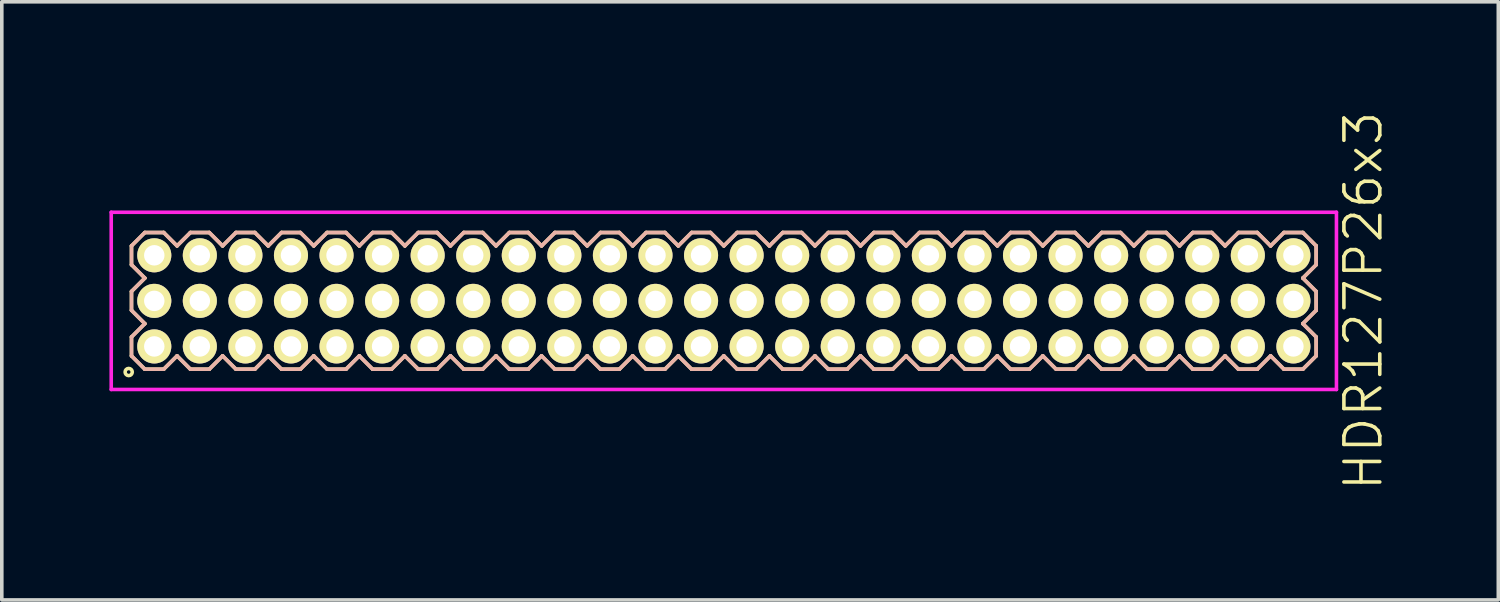
<source format=kicad_pcb>
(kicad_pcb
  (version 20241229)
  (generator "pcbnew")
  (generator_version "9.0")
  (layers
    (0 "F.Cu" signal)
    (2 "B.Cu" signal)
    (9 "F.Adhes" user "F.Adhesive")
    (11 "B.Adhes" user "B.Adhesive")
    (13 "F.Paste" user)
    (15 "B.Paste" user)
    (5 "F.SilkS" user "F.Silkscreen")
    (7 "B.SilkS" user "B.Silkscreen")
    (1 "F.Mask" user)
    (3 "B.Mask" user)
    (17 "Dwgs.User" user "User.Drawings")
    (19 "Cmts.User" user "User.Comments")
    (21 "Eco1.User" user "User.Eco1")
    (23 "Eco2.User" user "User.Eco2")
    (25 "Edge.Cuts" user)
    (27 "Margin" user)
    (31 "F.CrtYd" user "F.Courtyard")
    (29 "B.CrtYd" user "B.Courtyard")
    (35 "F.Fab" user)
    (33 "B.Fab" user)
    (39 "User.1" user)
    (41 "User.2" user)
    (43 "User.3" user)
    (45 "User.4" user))
  (footprint "HDR127P26x3"
    (layer "F.Cu")
    (at 17.125 5.336)
    (property "Reference" "HDR127P26x3" (at 17.825 0 90) (layer "F.SilkS") (effects (font (size 1 1) (thickness 0.1))))
    (attr through_hole)
    (fp_line (start -16.51 -1.533) (end -16.138 -1.905) (stroke (width 0.1) (type solid)) (layer "F.SilkS"))
    (fp_line (start -16.51 -1.007) (end -16.51 -1.533) (stroke (width 0.1) (type solid)) (layer "F.SilkS"))
    (fp_line (start -16.51 -0.263) (end -16.138 -0.635) (stroke (width 0.1) (type solid)) (layer "F.SilkS"))
    (fp_line (start -16.51 0.263) (end -16.51 -0.263) (stroke (width 0.1) (type solid)) (layer "F.SilkS"))
    (fp_line (start -16.51 1.007) (end -16.138 0.635) (stroke (width 0.1) (type solid)) (layer "F.SilkS"))
    (fp_line (start -16.51 1.533) (end -16.51 1.007) (stroke (width 0.1) (type solid)) (layer "F.SilkS"))
    (fp_line (start -16.138 -1.905) (end -15.612 -1.905) (stroke (width 0.1) (type solid)) (layer "F.SilkS"))
    (fp_line (start -16.138 -0.635) (end -16.51 -1.007) (stroke (width 0.1) (type solid)) (layer "F.SilkS"))
    (fp_line (start -16.138 0.635) (end -16.51 0.263) (stroke (width 0.1) (type solid)) (layer "F.SilkS"))
    (fp_line (start -16.138 1.905) (end -16.51 1.533) (stroke (width 0.1) (type solid)) (layer "F.SilkS"))
    (fp_line (start -15.612 -1.905) (end -15.24 -1.533) (stroke (width 0.1) (type solid)) (layer "F.SilkS"))
    (fp_line (start -15.612 1.905) (end -16.138 1.905) (stroke (width 0.1) (type solid)) (layer "F.SilkS"))
    (fp_line (start -15.24 -1.533) (end -14.868 -1.905) (stroke (width 0.1) (type solid)) (layer "F.SilkS"))
    (fp_line (start -15.24 1.533) (end -15.612 1.905) (stroke (width 0.1) (type solid)) (layer "F.SilkS"))
    (fp_line (start -14.868 -1.905) (end -14.342 -1.905) (stroke (width 0.1) (type solid)) (layer "F.SilkS"))
    (fp_line (start -14.868 1.905) (end -15.24 1.533) (stroke (width 0.1) (type solid)) (layer "F.SilkS"))
    (fp_line (start -14.342 -1.905) (end -13.97 -1.533) (stroke (width 0.1) (type solid)) (layer "F.SilkS"))
    (fp_line (start -14.342 1.905) (end -14.868 1.905) (stroke (width 0.1) (type solid)) (layer "F.SilkS"))
    (fp_line (start -13.97 -1.533) (end -13.598 -1.905) (stroke (width 0.1) (type solid)) (layer "F.SilkS"))
    (fp_line (start -13.97 1.533) (end -14.342 1.905) (stroke (width 0.1) (type solid)) (layer "F.SilkS"))
    (fp_line (start -13.598 -1.905) (end -13.072 -1.905) (stroke (width 0.1) (type solid)) (layer "F.SilkS"))
    (fp_line (start -13.598 1.905) (end -13.97 1.533) (stroke (width 0.1) (type solid)) (layer "F.SilkS"))
    (fp_line (start -13.072 -1.905) (end -12.7 -1.533) (stroke (width 0.1) (type solid)) (layer "F.SilkS"))
    (fp_line (start -13.072 1.905) (end -13.598 1.905) (stroke (width 0.1) (type solid)) (layer "F.SilkS"))
    (fp_line (start -12.7 -1.533) (end -12.328 -1.905) (stroke (width 0.1) (type solid)) (layer "F.SilkS"))
    (fp_line (start -12.7 1.533) (end -13.072 1.905) (stroke (width 0.1) (type solid)) (layer "F.SilkS"))
    (fp_line (start -12.328 -1.905) (end -11.802 -1.905) (stroke (width 0.1) (type solid)) (layer "F.SilkS"))
    (fp_line (start -12.328 1.905) (end -12.7 1.533) (stroke (width 0.1) (type solid)) (layer "F.SilkS"))
    (fp_line (start -11.802 -1.905) (end -11.43 -1.533) (stroke (width 0.1) (type solid)) (layer "F.SilkS"))
    (fp_line (start -11.802 1.905) (end -12.328 1.905) (stroke (width 0.1) (type solid)) (layer "F.SilkS"))
    (fp_line (start -11.43 -1.533) (end -11.058 -1.905) (stroke (width 0.1) (type solid)) (layer "F.SilkS"))
    (fp_line (start -11.43 1.533) (end -11.802 1.905) (stroke (width 0.1) (type solid)) (layer "F.SilkS"))
    (fp_line (start -11.058 -1.905) (end -10.532 -1.905) (stroke (width 0.1) (type solid)) (layer "F.SilkS"))
    (fp_line (start -11.058 1.905) (end -11.43 1.533) (stroke (width 0.1) (type solid)) (layer "F.SilkS"))
    (fp_line (start -10.532 -1.905) (end -10.16 -1.533) (stroke (width 0.1) (type solid)) (layer "F.SilkS"))
    (fp_line (start -10.532 1.905) (end -11.058 1.905) (stroke (width 0.1) (type solid)) (layer "F.SilkS"))
    (fp_line (start -10.16 -1.533) (end -9.788 -1.905) (stroke (width 0.1) (type solid)) (layer "F.SilkS"))
    (fp_line (start -10.16 1.533) (end -10.532 1.905) (stroke (width 0.1) (type solid)) (layer "F.SilkS"))
    (fp_line (start -9.788 -1.905) (end -9.262 -1.905) (stroke (width 0.1) (type solid)) (layer "F.SilkS"))
    (fp_line (start -9.788 1.905) (end -10.16 1.533) (stroke (width 0.1) (type solid)) (layer "F.SilkS"))
    (fp_line (start -9.262 -1.905) (end -8.89 -1.533) (stroke (width 0.1) (type solid)) (layer "F.SilkS"))
    (fp_line (start -9.262 1.905) (end -9.788 1.905) (stroke (width 0.1) (type solid)) (layer "F.SilkS"))
    (fp_line (start -8.89 -1.533) (end -8.518 -1.905) (stroke (width 0.1) (type solid)) (layer "F.SilkS"))
    (fp_line (start -8.89 1.533) (end -9.262 1.905) (stroke (width 0.1) (type solid)) (layer "F.SilkS"))
    (fp_line (start -8.518 -1.905) (end -7.992 -1.905) (stroke (width 0.1) (type solid)) (layer "F.SilkS"))
    (fp_line (start -8.518 1.905) (end -8.89 1.533) (stroke (width 0.1) (type solid)) (layer "F.SilkS"))
    (fp_line (start -7.992 -1.905) (end -7.62 -1.533) (stroke (width 0.1) (type solid)) (layer "F.SilkS"))
    (fp_line (start -7.992 1.905) (end -8.518 1.905) (stroke (width 0.1) (type solid)) (layer "F.SilkS"))
    (fp_line (start -7.62 -1.533) (end -7.248 -1.905) (stroke (width 0.1) (type solid)) (layer "F.SilkS"))
    (fp_line (start -7.62 1.533) (end -7.992 1.905) (stroke (width 0.1) (type solid)) (layer "F.SilkS"))
    (fp_line (start -7.248 -1.905) (end -6.722 -1.905) (stroke (width 0.1) (type solid)) (layer "F.SilkS"))
    (fp_line (start -7.248 1.905) (end -7.62 1.533) (stroke (width 0.1) (type solid)) (layer "F.SilkS"))
    (fp_line (start -6.722 -1.905) (end -6.35 -1.533) (stroke (width 0.1) (type solid)) (layer "F.SilkS"))
    (fp_line (start -6.722 1.905) (end -7.248 1.905) (stroke (width 0.1) (type solid)) (layer "F.SilkS"))
    (fp_line (start -6.35 -1.533) (end -5.978 -1.905) (stroke (width 0.1) (type solid)) (layer "F.SilkS"))
    (fp_line (start -6.35 1.533) (end -6.722 1.905) (stroke (width 0.1) (type solid)) (layer "F.SilkS"))
    (fp_line (start -5.978 -1.905) (end -5.452 -1.905) (stroke (width 0.1) (type solid)) (layer "F.SilkS"))
    (fp_line (start -5.978 1.905) (end -6.35 1.533) (stroke (width 0.1) (type solid)) (layer "F.SilkS"))
    (fp_line (start -5.452 -1.905) (end -5.08 -1.533) (stroke (width 0.1) (type solid)) (layer "F.SilkS"))
    (fp_line (start -5.452 1.905) (end -5.978 1.905) (stroke (width 0.1) (type solid)) (layer "F.SilkS"))
    (fp_line (start -5.08 -1.533) (end -4.708 -1.905) (stroke (width 0.1) (type solid)) (layer "F.SilkS"))
    (fp_line (start -5.08 1.533) (end -5.452 1.905) (stroke (width 0.1) (type solid)) (layer "F.SilkS"))
    (fp_line (start -4.708 -1.905) (end -4.182 -1.905) (stroke (width 0.1) (type solid)) (layer "F.SilkS"))
    (fp_line (start -4.708 1.905) (end -5.08 1.533) (stroke (width 0.1) (type solid)) (layer "F.SilkS"))
    (fp_line (start -4.182 -1.905) (end -3.81 -1.533) (stroke (width 0.1) (type solid)) (layer "F.SilkS"))
    (fp_line (start -4.182 1.905) (end -4.708 1.905) (stroke (width 0.1) (type solid)) (layer "F.SilkS"))
    (fp_line (start -3.81 -1.533) (end -3.438 -1.905) (stroke (width 0.1) (type solid)) (layer "F.SilkS"))
    (fp_line (start -3.81 1.533) (end -4.182 1.905) (stroke (width 0.1) (type solid)) (layer "F.SilkS"))
    (fp_line (start -3.438 -1.905) (end -2.912 -1.905) (stroke (width 0.1) (type solid)) (layer "F.SilkS"))
    (fp_line (start -3.438 1.905) (end -3.81 1.533) (stroke (width 0.1) (type solid)) (layer "F.SilkS"))
    (fp_line (start -2.912 -1.905) (end -2.54 -1.533) (stroke (width 0.1) (type solid)) (layer "F.SilkS"))
    (fp_line (start -2.912 1.905) (end -3.438 1.905) (stroke (width 0.1) (type solid)) (layer "F.SilkS"))
    (fp_line (start -2.54 -1.533) (end -2.168 -1.905) (stroke (width 0.1) (type solid)) (layer "F.SilkS"))
    (fp_line (start -2.54 1.533) (end -2.912 1.905) (stroke (width 0.1) (type solid)) (layer "F.SilkS"))
    (fp_line (start -2.168 -1.905) (end -1.642 -1.905) (stroke (width 0.1) (type solid)) (layer "F.SilkS"))
    (fp_line (start -2.168 1.905) (end -2.54 1.533) (stroke (width 0.1) (type solid)) (layer "F.SilkS"))
    (fp_line (start -1.642 -1.905) (end -1.27 -1.533) (stroke (width 0.1) (type solid)) (layer "F.SilkS"))
    (fp_line (start -1.642 1.905) (end -2.168 1.905) (stroke (width 0.1) (type solid)) (layer "F.SilkS"))
    (fp_line (start -1.27 -1.533) (end -0.898 -1.905) (stroke (width 0.1) (type solid)) (layer "F.SilkS"))
    (fp_line (start -1.27 1.533) (end -1.642 1.905) (stroke (width 0.1) (type solid)) (layer "F.SilkS"))
    (fp_line (start -0.898 -1.905) (end -0.372 -1.905) (stroke (width 0.1) (type solid)) (layer "F.SilkS"))
    (fp_line (start -0.898 1.905) (end -1.27 1.533) (stroke (width 0.1) (type solid)) (layer "F.SilkS"))
    (fp_line (start -0.372 -1.905) (end 0 -1.533) (stroke (width 0.1) (type solid)) (layer "F.SilkS"))
    (fp_line (start -0.372 1.905) (end -0.898 1.905) (stroke (width 0.1) (type solid)) (layer "F.SilkS"))
    (fp_line (start 0 -1.533) (end 0.372 -1.905) (stroke (width 0.1) (type solid)) (layer "F.SilkS"))
    (fp_line (start 0 1.533) (end -0.372 1.905) (stroke (width 0.1) (type solid)) (layer "F.SilkS"))
    (fp_line (start 0.372 -1.905) (end 0.898 -1.905) (stroke (width 0.1) (type solid)) (layer "F.SilkS"))
    (fp_line (start 0.372 1.905) (end 0 1.533) (stroke (width 0.1) (type solid)) (layer "F.SilkS"))
    (fp_line (start 0.898 -1.905) (end 1.27 -1.533) (stroke (width 0.1) (type solid)) (layer "F.SilkS"))
    (fp_line (start 0.898 1.905) (end 0.372 1.905) (stroke (width 0.1) (type solid)) (layer "F.SilkS"))
    (fp_line (start 1.27 -1.533) (end 1.642 -1.905) (stroke (width 0.1) (type solid)) (layer "F.SilkS"))
    (fp_line (start 1.27 1.533) (end 0.898 1.905) (stroke (width 0.1) (type solid)) (layer "F.SilkS"))
    (fp_line (start 1.642 -1.905) (end 2.168 -1.905) (stroke (width 0.1) (type solid)) (layer "F.SilkS"))
    (fp_line (start 1.642 1.905) (end 1.27 1.533) (stroke (width 0.1) (type solid)) (layer "F.SilkS"))
    (fp_line (start 2.168 -1.905) (end 2.54 -1.533) (stroke (width 0.1) (type solid)) (layer "F.SilkS"))
    (fp_line (start 2.168 1.905) (end 1.642 1.905) (stroke (width 0.1) (type solid)) (layer "F.SilkS"))
    (fp_line (start 2.54 -1.533) (end 2.912 -1.905) (stroke (width 0.1) (type solid)) (layer "F.SilkS"))
    (fp_line (start 2.54 1.533) (end 2.168 1.905) (stroke (width 0.1) (type solid)) (layer "F.SilkS"))
    (fp_line (start 2.912 -1.905) (end 3.438 -1.905) (stroke (width 0.1) (type solid)) (layer "F.SilkS"))
    (fp_line (start 2.912 1.905) (end 2.54 1.533) (stroke (width 0.1) (type solid)) (layer "F.SilkS"))
    (fp_line (start 3.438 -1.905) (end 3.81 -1.533) (stroke (width 0.1) (type solid)) (layer "F.SilkS"))
    (fp_line (start 3.438 1.905) (end 2.912 1.905) (stroke (width 0.1) (type solid)) (layer "F.SilkS"))
    (fp_line (start 3.81 -1.533) (end 4.182 -1.905) (stroke (width 0.1) (type solid)) (layer "F.SilkS"))
    (fp_line (start 3.81 1.533) (end 3.438 1.905) (stroke (width 0.1) (type solid)) (layer "F.SilkS"))
    (fp_line (start 4.182 -1.905) (end 4.708 -1.905) (stroke (width 0.1) (type solid)) (layer "F.SilkS"))
    (fp_line (start 4.182 1.905) (end 3.81 1.533) (stroke (width 0.1) (type solid)) (layer "F.SilkS"))
    (fp_line (start 4.708 -1.905) (end 5.08 -1.533) (stroke (width 0.1) (type solid)) (layer "F.SilkS"))
    (fp_line (start 4.708 1.905) (end 4.182 1.905) (stroke (width 0.1) (type solid)) (layer "F.SilkS"))
    (fp_line (start 5.08 -1.533) (end 5.452 -1.905) (stroke (width 0.1) (type solid)) (layer "F.SilkS"))
    (fp_line (start 5.08 1.533) (end 4.708 1.905) (stroke (width 0.1) (type solid)) (layer "F.SilkS"))
    (fp_line (start 5.452 -1.905) (end 5.978 -1.905) (stroke (width 0.1) (type solid)) (layer "F.SilkS"))
    (fp_line (start 5.452 1.905) (end 5.08 1.533) (stroke (width 0.1) (type solid)) (layer "F.SilkS"))
    (fp_line (start 5.978 -1.905) (end 6.35 -1.533) (stroke (width 0.1) (type solid)) (layer "F.SilkS"))
    (fp_line (start 5.978 1.905) (end 5.452 1.905) (stroke (width 0.1) (type solid)) (layer "F.SilkS"))
    (fp_line (start 6.35 -1.533) (end 6.722 -1.905) (stroke (width 0.1) (type solid)) (layer "F.SilkS"))
    (fp_line (start 6.35 1.533) (end 5.978 1.905) (stroke (width 0.1) (type solid)) (layer "F.SilkS"))
    (fp_line (start 6.722 -1.905) (end 7.248 -1.905) (stroke (width 0.1) (type solid)) (layer "F.SilkS"))
    (fp_line (start 6.722 1.905) (end 6.35 1.533) (stroke (width 0.1) (type solid)) (layer "F.SilkS"))
    (fp_line (start 7.248 -1.905) (end 7.62 -1.533) (stroke (width 0.1) (type solid)) (layer "F.SilkS"))
    (fp_line (start 7.248 1.905) (end 6.722 1.905) (stroke (width 0.1) (type solid)) (layer "F.SilkS"))
    (fp_line (start 7.62 -1.533) (end 7.992 -1.905) (stroke (width 0.1) (type solid)) (layer "F.SilkS"))
    (fp_line (start 7.62 1.533) (end 7.248 1.905) (stroke (width 0.1) (type solid)) (layer "F.SilkS"))
    (fp_line (start 7.992 -1.905) (end 8.518 -1.905) (stroke (width 0.1) (type solid)) (layer "F.SilkS"))
    (fp_line (start 7.992 1.905) (end 7.62 1.533) (stroke (width 0.1) (type solid)) (layer "F.SilkS"))
    (fp_line (start 8.518 -1.905) (end 8.89 -1.533) (stroke (width 0.1) (type solid)) (layer "F.SilkS"))
    (fp_line (start 8.518 1.905) (end 7.992 1.905) (stroke (width 0.1) (type solid)) (layer "F.SilkS"))
    (fp_line (start 8.89 -1.533) (end 9.262 -1.905) (stroke (width 0.1) (type solid)) (layer "F.SilkS"))
    (fp_line (start 8.89 1.533) (end 8.518 1.905) (stroke (width 0.1) (type solid)) (layer "F.SilkS"))
    (fp_line (start 9.262 -1.905) (end 9.788 -1.905) (stroke (width 0.1) (type solid)) (layer "F.SilkS"))
    (fp_line (start 9.262 1.905) (end 8.89 1.533) (stroke (width 0.1) (type solid)) (layer "F.SilkS"))
    (fp_line (start 9.788 -1.905) (end 10.16 -1.533) (stroke (width 0.1) (type solid)) (layer "F.SilkS"))
    (fp_line (start 9.788 1.905) (end 9.262 1.905) (stroke (width 0.1) (type solid)) (layer "F.SilkS"))
    (fp_line (start 10.16 -1.533) (end 10.532 -1.905) (stroke (width 0.1) (type solid)) (layer "F.SilkS"))
    (fp_line (start 10.16 1.533) (end 9.788 1.905) (stroke (width 0.1) (type solid)) (layer "F.SilkS"))
    (fp_line (start 10.532 -1.905) (end 11.058 -1.905) (stroke (width 0.1) (type solid)) (layer "F.SilkS"))
    (fp_line (start 10.532 1.905) (end 10.16 1.533) (stroke (width 0.1) (type solid)) (layer "F.SilkS"))
    (fp_line (start 11.058 -1.905) (end 11.43 -1.533) (stroke (width 0.1) (type solid)) (layer "F.SilkS"))
    (fp_line (start 11.058 1.905) (end 10.532 1.905) (stroke (width 0.1) (type solid)) (layer "F.SilkS"))
    (fp_line (start 11.43 -1.533) (end 11.802 -1.905) (stroke (width 0.1) (type solid)) (layer "F.SilkS"))
    (fp_line (start 11.43 1.533) (end 11.058 1.905) (stroke (width 0.1) (type solid)) (layer "F.SilkS"))
    (fp_line (start 11.802 -1.905) (end 12.328 -1.905) (stroke (width 0.1) (type solid)) (layer "F.SilkS"))
    (fp_line (start 11.802 1.905) (end 11.43 1.533) (stroke (width 0.1) (type solid)) (layer "F.SilkS"))
    (fp_line (start 12.328 -1.905) (end 12.7 -1.533) (stroke (width 0.1) (type solid)) (layer "F.SilkS"))
    (fp_line (start 12.328 1.905) (end 11.802 1.905) (stroke (width 0.1) (type solid)) (layer "F.SilkS"))
    (fp_line (start 12.7 -1.533) (end 13.072 -1.905) (stroke (width 0.1) (type solid)) (layer "F.SilkS"))
    (fp_line (start 12.7 1.533) (end 12.328 1.905) (stroke (width 0.1) (type solid)) (layer "F.SilkS"))
    (fp_line (start 13.072 -1.905) (end 13.598 -1.905) (stroke (width 0.1) (type solid)) (layer "F.SilkS"))
    (fp_line (start 13.072 1.905) (end 12.7 1.533) (stroke (width 0.1) (type solid)) (layer "F.SilkS"))
    (fp_line (start 13.598 -1.905) (end 13.97 -1.533) (stroke (width 0.1) (type solid)) (layer "F.SilkS"))
    (fp_line (start 13.598 1.905) (end 13.072 1.905) (stroke (width 0.1) (type solid)) (layer "F.SilkS"))
    (fp_line (start 13.97 -1.533) (end 14.342 -1.905) (stroke (width 0.1) (type solid)) (layer "F.SilkS"))
    (fp_line (start 13.97 1.533) (end 13.598 1.905) (stroke (width 0.1) (type solid)) (layer "F.SilkS"))
    (fp_line (start 14.342 -1.905) (end 14.868 -1.905) (stroke (width 0.1) (type solid)) (layer "F.SilkS"))
    (fp_line (start 14.342 1.905) (end 13.97 1.533) (stroke (width 0.1) (type solid)) (layer "F.SilkS"))
    (fp_line (start 14.868 -1.905) (end 15.24 -1.533) (stroke (width 0.1) (type solid)) (layer "F.SilkS"))
    (fp_line (start 14.868 1.905) (end 14.342 1.905) (stroke (width 0.1) (type solid)) (layer "F.SilkS"))
    (fp_line (start 15.24 -1.533) (end 15.612 -1.905) (stroke (width 0.1) (type solid)) (layer "F.SilkS"))
    (fp_line (start 15.24 1.533) (end 14.868 1.905) (stroke (width 0.1) (type solid)) (layer "F.SilkS"))
    (fp_line (start 15.612 -1.905) (end 16.138 -1.905) (stroke (width 0.1) (type solid)) (layer "F.SilkS"))
    (fp_line (start 15.612 1.905) (end 15.24 1.533) (stroke (width 0.1) (type solid)) (layer "F.SilkS"))
    (fp_line (start 16.138 -1.905) (end 16.51 -1.533) (stroke (width 0.1) (type solid)) (layer "F.SilkS"))
    (fp_line (start 16.138 -0.635) (end 16.51 -0.263) (stroke (width 0.1) (type solid)) (layer "F.SilkS"))
    (fp_line (start 16.138 0.635) (end 16.51 1.007) (stroke (width 0.1) (type solid)) (layer "F.SilkS"))
    (fp_line (start 16.138 1.905) (end 15.612 1.905) (stroke (width 0.1) (type solid)) (layer "F.SilkS"))
    (fp_line (start 16.51 -1.533) (end 16.51 -1.007) (stroke (width 0.1) (type solid)) (layer "F.SilkS"))
    (fp_line (start 16.51 -1.007) (end 16.138 -0.635) (stroke (width 0.1) (type solid)) (layer "F.SilkS"))
    (fp_line (start 16.51 -0.263) (end 16.51 0.263) (stroke (width 0.1) (type solid)) (layer "F.SilkS"))
    (fp_line (start 16.51 0.263) (end 16.138 0.635) (stroke (width 0.1) (type solid)) (layer "F.SilkS"))
    (fp_line (start 16.51 1.007) (end 16.51 1.533) (stroke (width 0.1) (type solid)) (layer "F.SilkS"))
    (fp_line (start 16.51 1.533) (end 16.138 1.905) (stroke (width 0.1) (type solid)) (layer "F.SilkS"))
    (fp_circle (center -16.588 1.983) (end -16.488 1.983) (stroke (width 0.1) (type solid)) (fill no) (layer "F.SilkS"))
    (fp_line (start -16.51 -1.533) (end -16.138 -1.905) (stroke (width 0.1) (type solid)) (layer "B.SilkS"))
    (fp_line (start -16.51 -1.007) (end -16.51 -1.533) (stroke (width 0.1) (type solid)) (layer "B.SilkS"))
    (fp_line (start -16.51 -0.263) (end -16.138 -0.635) (stroke (width 0.1) (type solid)) (layer "B.SilkS"))
    (fp_line (start -16.51 0.263) (end -16.51 -0.263) (stroke (width 0.1) (type solid)) (layer "B.SilkS"))
    (fp_line (start -16.51 1.007) (end -16.138 0.635) (stroke (width 0.1) (type solid)) (layer "B.SilkS"))
    (fp_line (start -16.51 1.533) (end -16.51 1.007) (stroke (width 0.1) (type solid)) (layer "B.SilkS"))
    (fp_line (start -16.138 -1.905) (end -15.612 -1.905) (stroke (width 0.1) (type solid)) (layer "B.SilkS"))
    (fp_line (start -16.138 -0.635) (end -16.51 -1.007) (stroke (width 0.1) (type solid)) (layer "B.SilkS"))
    (fp_line (start -16.138 0.635) (end -16.51 0.263) (stroke (width 0.1) (type solid)) (layer "B.SilkS"))
    (fp_line (start -16.138 1.905) (end -16.51 1.533) (stroke (width 0.1) (type solid)) (layer "B.SilkS"))
    (fp_line (start -15.612 -1.905) (end -15.24 -1.533) (stroke (width 0.1) (type solid)) (layer "B.SilkS"))
    (fp_line (start -15.612 1.905) (end -16.138 1.905) (stroke (width 0.1) (type solid)) (layer "B.SilkS"))
    (fp_line (start -15.24 -1.533) (end -14.868 -1.905) (stroke (width 0.1) (type solid)) (layer "B.SilkS"))
    (fp_line (start -15.24 1.533) (end -15.612 1.905) (stroke (width 0.1) (type solid)) (layer "B.SilkS"))
    (fp_line (start -14.868 -1.905) (end -14.342 -1.905) (stroke (width 0.1) (type solid)) (layer "B.SilkS"))
    (fp_line (start -14.868 1.905) (end -15.24 1.533) (stroke (width 0.1) (type solid)) (layer "B.SilkS"))
    (fp_line (start -14.342 -1.905) (end -13.97 -1.533) (stroke (width 0.1) (type solid)) (layer "B.SilkS"))
    (fp_line (start -14.342 1.905) (end -14.868 1.905) (stroke (width 0.1) (type solid)) (layer "B.SilkS"))
    (fp_line (start -13.97 -1.533) (end -13.598 -1.905) (stroke (width 0.1) (type solid)) (layer "B.SilkS"))
    (fp_line (start -13.97 1.533) (end -14.342 1.905) (stroke (width 0.1) (type solid)) (layer "B.SilkS"))
    (fp_line (start -13.598 -1.905) (end -13.072 -1.905) (stroke (width 0.1) (type solid)) (layer "B.SilkS"))
    (fp_line (start -13.598 1.905) (end -13.97 1.533) (stroke (width 0.1) (type solid)) (layer "B.SilkS"))
    (fp_line (start -13.072 -1.905) (end -12.7 -1.533) (stroke (width 0.1) (type solid)) (layer "B.SilkS"))
    (fp_line (start -13.072 1.905) (end -13.598 1.905) (stroke (width 0.1) (type solid)) (layer "B.SilkS"))
    (fp_line (start -12.7 -1.533) (end -12.328 -1.905) (stroke (width 0.1) (type solid)) (layer "B.SilkS"))
    (fp_line (start -12.7 1.533) (end -13.072 1.905) (stroke (width 0.1) (type solid)) (layer "B.SilkS"))
    (fp_line (start -12.328 -1.905) (end -11.802 -1.905) (stroke (width 0.1) (type solid)) (layer "B.SilkS"))
    (fp_line (start -12.328 1.905) (end -12.7 1.533) (stroke (width 0.1) (type solid)) (layer "B.SilkS"))
    (fp_line (start -11.802 -1.905) (end -11.43 -1.533) (stroke (width 0.1) (type solid)) (layer "B.SilkS"))
    (fp_line (start -11.802 1.905) (end -12.328 1.905) (stroke (width 0.1) (type solid)) (layer "B.SilkS"))
    (fp_line (start -11.43 -1.533) (end -11.058 -1.905) (stroke (width 0.1) (type solid)) (layer "B.SilkS"))
    (fp_line (start -11.43 1.533) (end -11.802 1.905) (stroke (width 0.1) (type solid)) (layer "B.SilkS"))
    (fp_line (start -11.058 -1.905) (end -10.532 -1.905) (stroke (width 0.1) (type solid)) (layer "B.SilkS"))
    (fp_line (start -11.058 1.905) (end -11.43 1.533) (stroke (width 0.1) (type solid)) (layer "B.SilkS"))
    (fp_line (start -10.532 -1.905) (end -10.16 -1.533) (stroke (width 0.1) (type solid)) (layer "B.SilkS"))
    (fp_line (start -10.532 1.905) (end -11.058 1.905) (stroke (width 0.1) (type solid)) (layer "B.SilkS"))
    (fp_line (start -10.16 -1.533) (end -9.788 -1.905) (stroke (width 0.1) (type solid)) (layer "B.SilkS"))
    (fp_line (start -10.16 1.533) (end -10.532 1.905) (stroke (width 0.1) (type solid)) (layer "B.SilkS"))
    (fp_line (start -9.788 -1.905) (end -9.262 -1.905) (stroke (width 0.1) (type solid)) (layer "B.SilkS"))
    (fp_line (start -9.788 1.905) (end -10.16 1.533) (stroke (width 0.1) (type solid)) (layer "B.SilkS"))
    (fp_line (start -9.262 -1.905) (end -8.89 -1.533) (stroke (width 0.1) (type solid)) (layer "B.SilkS"))
    (fp_line (start -9.262 1.905) (end -9.788 1.905) (stroke (width 0.1) (type solid)) (layer "B.SilkS"))
    (fp_line (start -8.89 -1.533) (end -8.518 -1.905) (stroke (width 0.1) (type solid)) (layer "B.SilkS"))
    (fp_line (start -8.89 1.533) (end -9.262 1.905) (stroke (width 0.1) (type solid)) (layer "B.SilkS"))
    (fp_line (start -8.518 -1.905) (end -7.992 -1.905) (stroke (width 0.1) (type solid)) (layer "B.SilkS"))
    (fp_line (start -8.518 1.905) (end -8.89 1.533) (stroke (width 0.1) (type solid)) (layer "B.SilkS"))
    (fp_line (start -7.992 -1.905) (end -7.62 -1.533) (stroke (width 0.1) (type solid)) (layer "B.SilkS"))
    (fp_line (start -7.992 1.905) (end -8.518 1.905) (stroke (width 0.1) (type solid)) (layer "B.SilkS"))
    (fp_line (start -7.62 -1.533) (end -7.248 -1.905) (stroke (width 0.1) (type solid)) (layer "B.SilkS"))
    (fp_line (start -7.62 1.533) (end -7.992 1.905) (stroke (width 0.1) (type solid)) (layer "B.SilkS"))
    (fp_line (start -7.248 -1.905) (end -6.722 -1.905) (stroke (width 0.1) (type solid)) (layer "B.SilkS"))
    (fp_line (start -7.248 1.905) (end -7.62 1.533) (stroke (width 0.1) (type solid)) (layer "B.SilkS"))
    (fp_line (start -6.722 -1.905) (end -6.35 -1.533) (stroke (width 0.1) (type solid)) (layer "B.SilkS"))
    (fp_line (start -6.722 1.905) (end -7.248 1.905) (stroke (width 0.1) (type solid)) (layer "B.SilkS"))
    (fp_line (start -6.35 -1.533) (end -5.978 -1.905) (stroke (width 0.1) (type solid)) (layer "B.SilkS"))
    (fp_line (start -6.35 1.533) (end -6.722 1.905) (stroke (width 0.1) (type solid)) (layer "B.SilkS"))
    (fp_line (start -5.978 -1.905) (end -5.452 -1.905) (stroke (width 0.1) (type solid)) (layer "B.SilkS"))
    (fp_line (start -5.978 1.905) (end -6.35 1.533) (stroke (width 0.1) (type solid)) (layer "B.SilkS"))
    (fp_line (start -5.452 -1.905) (end -5.08 -1.533) (stroke (width 0.1) (type solid)) (layer "B.SilkS"))
    (fp_line (start -5.452 1.905) (end -5.978 1.905) (stroke (width 0.1) (type solid)) (layer "B.SilkS"))
    (fp_line (start -5.08 -1.533) (end -4.708 -1.905) (stroke (width 0.1) (type solid)) (layer "B.SilkS"))
    (fp_line (start -5.08 1.533) (end -5.452 1.905) (stroke (width 0.1) (type solid)) (layer "B.SilkS"))
    (fp_line (start -4.708 -1.905) (end -4.182 -1.905) (stroke (width 0.1) (type solid)) (layer "B.SilkS"))
    (fp_line (start -4.708 1.905) (end -5.08 1.533) (stroke (width 0.1) (type solid)) (layer "B.SilkS"))
    (fp_line (start -4.182 -1.905) (end -3.81 -1.533) (stroke (width 0.1) (type solid)) (layer "B.SilkS"))
    (fp_line (start -4.182 1.905) (end -4.708 1.905) (stroke (width 0.1) (type solid)) (layer "B.SilkS"))
    (fp_line (start -3.81 -1.533) (end -3.438 -1.905) (stroke (width 0.1) (type solid)) (layer "B.SilkS"))
    (fp_line (start -3.81 1.533) (end -4.182 1.905) (stroke (width 0.1) (type solid)) (layer "B.SilkS"))
    (fp_line (start -3.438 -1.905) (end -2.912 -1.905) (stroke (width 0.1) (type solid)) (layer "B.SilkS"))
    (fp_line (start -3.438 1.905) (end -3.81 1.533) (stroke (width 0.1) (type solid)) (layer "B.SilkS"))
    (fp_line (start -2.912 -1.905) (end -2.54 -1.533) (stroke (width 0.1) (type solid)) (layer "B.SilkS"))
    (fp_line (start -2.912 1.905) (end -3.438 1.905) (stroke (width 0.1) (type solid)) (layer "B.SilkS"))
    (fp_line (start -2.54 -1.533) (end -2.168 -1.905) (stroke (width 0.1) (type solid)) (layer "B.SilkS"))
    (fp_line (start -2.54 1.533) (end -2.912 1.905) (stroke (width 0.1) (type solid)) (layer "B.SilkS"))
    (fp_line (start -2.168 -1.905) (end -1.642 -1.905) (stroke (width 0.1) (type solid)) (layer "B.SilkS"))
    (fp_line (start -2.168 1.905) (end -2.54 1.533) (stroke (width 0.1) (type solid)) (layer "B.SilkS"))
    (fp_line (start -1.642 -1.905) (end -1.27 -1.533) (stroke (width 0.1) (type solid)) (layer "B.SilkS"))
    (fp_line (start -1.642 1.905) (end -2.168 1.905) (stroke (width 0.1) (type solid)) (layer "B.SilkS"))
    (fp_line (start -1.27 -1.533) (end -0.898 -1.905) (stroke (width 0.1) (type solid)) (layer "B.SilkS"))
    (fp_line (start -1.27 1.533) (end -1.642 1.905) (stroke (width 0.1) (type solid)) (layer "B.SilkS"))
    (fp_line (start -0.898 -1.905) (end -0.372 -1.905) (stroke (width 0.1) (type solid)) (layer "B.SilkS"))
    (fp_line (start -0.898 1.905) (end -1.27 1.533) (stroke (width 0.1) (type solid)) (layer "B.SilkS"))
    (fp_line (start -0.372 -1.905) (end 0 -1.533) (stroke (width 0.1) (type solid)) (layer "B.SilkS"))
    (fp_line (start -0.372 1.905) (end -0.898 1.905) (stroke (width 0.1) (type solid)) (layer "B.SilkS"))
    (fp_line (start 0 -1.533) (end 0.372 -1.905) (stroke (width 0.1) (type solid)) (layer "B.SilkS"))
    (fp_line (start 0 1.533) (end -0.372 1.905) (stroke (width 0.1) (type solid)) (layer "B.SilkS"))
    (fp_line (start 0.372 -1.905) (end 0.898 -1.905) (stroke (width 0.1) (type solid)) (layer "B.SilkS"))
    (fp_line (start 0.372 1.905) (end 0 1.533) (stroke (width 0.1) (type solid)) (layer "B.SilkS"))
    (fp_line (start 0.898 -1.905) (end 1.27 -1.533) (stroke (width 0.1) (type solid)) (layer "B.SilkS"))
    (fp_line (start 0.898 1.905) (end 0.372 1.905) (stroke (width 0.1) (type solid)) (layer "B.SilkS"))
    (fp_line (start 1.27 -1.533) (end 1.642 -1.905) (stroke (width 0.1) (type solid)) (layer "B.SilkS"))
    (fp_line (start 1.27 1.533) (end 0.898 1.905) (stroke (width 0.1) (type solid)) (layer "B.SilkS"))
    (fp_line (start 1.642 -1.905) (end 2.168 -1.905) (stroke (width 0.1) (type solid)) (layer "B.SilkS"))
    (fp_line (start 1.642 1.905) (end 1.27 1.533) (stroke (width 0.1) (type solid)) (layer "B.SilkS"))
    (fp_line (start 2.168 -1.905) (end 2.54 -1.533) (stroke (width 0.1) (type solid)) (layer "B.SilkS"))
    (fp_line (start 2.168 1.905) (end 1.642 1.905) (stroke (width 0.1) (type solid)) (layer "B.SilkS"))
    (fp_line (start 2.54 -1.533) (end 2.912 -1.905) (stroke (width 0.1) (type solid)) (layer "B.SilkS"))
    (fp_line (start 2.54 1.533) (end 2.168 1.905) (stroke (width 0.1) (type solid)) (layer "B.SilkS"))
    (fp_line (start 2.912 -1.905) (end 3.438 -1.905) (stroke (width 0.1) (type solid)) (layer "B.SilkS"))
    (fp_line (start 2.912 1.905) (end 2.54 1.533) (stroke (width 0.1) (type solid)) (layer "B.SilkS"))
    (fp_line (start 3.438 -1.905) (end 3.81 -1.533) (stroke (width 0.1) (type solid)) (layer "B.SilkS"))
    (fp_line (start 3.438 1.905) (end 2.912 1.905) (stroke (width 0.1) (type solid)) (layer "B.SilkS"))
    (fp_line (start 3.81 -1.533) (end 4.182 -1.905) (stroke (width 0.1) (type solid)) (layer "B.SilkS"))
    (fp_line (start 3.81 1.533) (end 3.438 1.905) (stroke (width 0.1) (type solid)) (layer "B.SilkS"))
    (fp_line (start 4.182 -1.905) (end 4.708 -1.905) (stroke (width 0.1) (type solid)) (layer "B.SilkS"))
    (fp_line (start 4.182 1.905) (end 3.81 1.533) (stroke (width 0.1) (type solid)) (layer "B.SilkS"))
    (fp_line (start 4.708 -1.905) (end 5.08 -1.533) (stroke (width 0.1) (type solid)) (layer "B.SilkS"))
    (fp_line (start 4.708 1.905) (end 4.182 1.905) (stroke (width 0.1) (type solid)) (layer "B.SilkS"))
    (fp_line (start 5.08 -1.533) (end 5.452 -1.905) (stroke (width 0.1) (type solid)) (layer "B.SilkS"))
    (fp_line (start 5.08 1.533) (end 4.708 1.905) (stroke (width 0.1) (type solid)) (layer "B.SilkS"))
    (fp_line (start 5.452 -1.905) (end 5.978 -1.905) (stroke (width 0.1) (type solid)) (layer "B.SilkS"))
    (fp_line (start 5.452 1.905) (end 5.08 1.533) (stroke (width 0.1) (type solid)) (layer "B.SilkS"))
    (fp_line (start 5.978 -1.905) (end 6.35 -1.533) (stroke (width 0.1) (type solid)) (layer "B.SilkS"))
    (fp_line (start 5.978 1.905) (end 5.452 1.905) (stroke (width 0.1) (type solid)) (layer "B.SilkS"))
    (fp_line (start 6.35 -1.533) (end 6.722 -1.905) (stroke (width 0.1) (type solid)) (layer "B.SilkS"))
    (fp_line (start 6.35 1.533) (end 5.978 1.905) (stroke (width 0.1) (type solid)) (layer "B.SilkS"))
    (fp_line (start 6.722 -1.905) (end 7.248 -1.905) (stroke (width 0.1) (type solid)) (layer "B.SilkS"))
    (fp_line (start 6.722 1.905) (end 6.35 1.533) (stroke (width 0.1) (type solid)) (layer "B.SilkS"))
    (fp_line (start 7.248 -1.905) (end 7.62 -1.533) (stroke (width 0.1) (type solid)) (layer "B.SilkS"))
    (fp_line (start 7.248 1.905) (end 6.722 1.905) (stroke (width 0.1) (type solid)) (layer "B.SilkS"))
    (fp_line (start 7.62 -1.533) (end 7.992 -1.905) (stroke (width 0.1) (type solid)) (layer "B.SilkS"))
    (fp_line (start 7.62 1.533) (end 7.248 1.905) (stroke (width 0.1) (type solid)) (layer "B.SilkS"))
    (fp_line (start 7.992 -1.905) (end 8.518 -1.905) (stroke (width 0.1) (type solid)) (layer "B.SilkS"))
    (fp_line (start 7.992 1.905) (end 7.62 1.533) (stroke (width 0.1) (type solid)) (layer "B.SilkS"))
    (fp_line (start 8.518 -1.905) (end 8.89 -1.533) (stroke (width 0.1) (type solid)) (layer "B.SilkS"))
    (fp_line (start 8.518 1.905) (end 7.992 1.905) (stroke (width 0.1) (type solid)) (layer "B.SilkS"))
    (fp_line (start 8.89 -1.533) (end 9.262 -1.905) (stroke (width 0.1) (type solid)) (layer "B.SilkS"))
    (fp_line (start 8.89 1.533) (end 8.518 1.905) (stroke (width 0.1) (type solid)) (layer "B.SilkS"))
    (fp_line (start 9.262 -1.905) (end 9.788 -1.905) (stroke (width 0.1) (type solid)) (layer "B.SilkS"))
    (fp_line (start 9.262 1.905) (end 8.89 1.533) (stroke (width 0.1) (type solid)) (layer "B.SilkS"))
    (fp_line (start 9.788 -1.905) (end 10.16 -1.533) (stroke (width 0.1) (type solid)) (layer "B.SilkS"))
    (fp_line (start 9.788 1.905) (end 9.262 1.905) (stroke (width 0.1) (type solid)) (layer "B.SilkS"))
    (fp_line (start 10.16 -1.533) (end 10.532 -1.905) (stroke (width 0.1) (type solid)) (layer "B.SilkS"))
    (fp_line (start 10.16 1.533) (end 9.788 1.905) (stroke (width 0.1) (type solid)) (layer "B.SilkS"))
    (fp_line (start 10.532 -1.905) (end 11.058 -1.905) (stroke (width 0.1) (type solid)) (layer "B.SilkS"))
    (fp_line (start 10.532 1.905) (end 10.16 1.533) (stroke (width 0.1) (type solid)) (layer "B.SilkS"))
    (fp_line (start 11.058 -1.905) (end 11.43 -1.533) (stroke (width 0.1) (type solid)) (layer "B.SilkS"))
    (fp_line (start 11.058 1.905) (end 10.532 1.905) (stroke (width 0.1) (type solid)) (layer "B.SilkS"))
    (fp_line (start 11.43 -1.533) (end 11.802 -1.905) (stroke (width 0.1) (type solid)) (layer "B.SilkS"))
    (fp_line (start 11.43 1.533) (end 11.058 1.905) (stroke (width 0.1) (type solid)) (layer "B.SilkS"))
    (fp_line (start 11.802 -1.905) (end 12.328 -1.905) (stroke (width 0.1) (type solid)) (layer "B.SilkS"))
    (fp_line (start 11.802 1.905) (end 11.43 1.533) (stroke (width 0.1) (type solid)) (layer "B.SilkS"))
    (fp_line (start 12.328 -1.905) (end 12.7 -1.533) (stroke (width 0.1) (type solid)) (layer "B.SilkS"))
    (fp_line (start 12.328 1.905) (end 11.802 1.905) (stroke (width 0.1) (type solid)) (layer "B.SilkS"))
    (fp_line (start 12.7 -1.533) (end 13.072 -1.905) (stroke (width 0.1) (type solid)) (layer "B.SilkS"))
    (fp_line (start 12.7 1.533) (end 12.328 1.905) (stroke (width 0.1) (type solid)) (layer "B.SilkS"))
    (fp_line (start 13.072 -1.905) (end 13.598 -1.905) (stroke (width 0.1) (type solid)) (layer "B.SilkS"))
    (fp_line (start 13.072 1.905) (end 12.7 1.533) (stroke (width 0.1) (type solid)) (layer "B.SilkS"))
    (fp_line (start 13.598 -1.905) (end 13.97 -1.533) (stroke (width 0.1) (type solid)) (layer "B.SilkS"))
    (fp_line (start 13.598 1.905) (end 13.072 1.905) (stroke (width 0.1) (type solid)) (layer "B.SilkS"))
    (fp_line (start 13.97 -1.533) (end 14.342 -1.905) (stroke (width 0.1) (type solid)) (layer "B.SilkS"))
    (fp_line (start 13.97 1.533) (end 13.598 1.905) (stroke (width 0.1) (type solid)) (layer "B.SilkS"))
    (fp_line (start 14.342 -1.905) (end 14.868 -1.905) (stroke (width 0.1) (type solid)) (layer "B.SilkS"))
    (fp_line (start 14.342 1.905) (end 13.97 1.533) (stroke (width 0.1) (type solid)) (layer "B.SilkS"))
    (fp_line (start 14.868 -1.905) (end 15.24 -1.533) (stroke (width 0.1) (type solid)) (layer "B.SilkS"))
    (fp_line (start 14.868 1.905) (end 14.342 1.905) (stroke (width 0.1) (type solid)) (layer "B.SilkS"))
    (fp_line (start 15.24 -1.533) (end 15.612 -1.905) (stroke (width 0.1) (type solid)) (layer "B.SilkS"))
    (fp_line (start 15.24 1.533) (end 14.868 1.905) (stroke (width 0.1) (type solid)) (layer "B.SilkS"))
    (fp_line (start 15.612 -1.905) (end 16.138 -1.905) (stroke (width 0.1) (type solid)) (layer "B.SilkS"))
    (fp_line (start 15.612 1.905) (end 15.24 1.533) (stroke (width 0.1) (type solid)) (layer "B.SilkS"))
    (fp_line (start 16.138 -1.905) (end 16.51 -1.533) (stroke (width 0.1) (type solid)) (layer "B.SilkS"))
    (fp_line (start 16.138 -0.635) (end 16.51 -0.263) (stroke (width 0.1) (type solid)) (layer "B.SilkS"))
    (fp_line (start 16.138 0.635) (end 16.51 1.007) (stroke (width 0.1) (type solid)) (layer "B.SilkS"))
    (fp_line (start 16.138 1.905) (end 15.612 1.905) (stroke (width 0.1) (type solid)) (layer "B.SilkS"))
    (fp_line (start 16.51 -1.533) (end 16.51 -1.007) (stroke (width 0.1) (type solid)) (layer "B.SilkS"))
    (fp_line (start 16.51 -1.007) (end 16.138 -0.635) (stroke (width 0.1) (type solid)) (layer "B.SilkS"))
    (fp_line (start 16.51 -0.263) (end 16.51 0.263) (stroke (width 0.1) (type solid)) (layer "B.SilkS"))
    (fp_line (start 16.51 0.263) (end 16.138 0.635) (stroke (width 0.1) (type solid)) (layer "B.SilkS"))
    (fp_line (start 16.51 1.007) (end 16.51 1.533) (stroke (width 0.1) (type solid)) (layer "B.SilkS"))
    (fp_line (start 16.51 1.533) (end 16.138 1.905) (stroke (width 0.1) (type solid)) (layer "B.SilkS"))
    (fp_line (start -17.075 -2.47) (end -17.075 2.47) (stroke (width 0.1) (type solid)) (layer "F.CrtYd"))
    (fp_line (start -17.075 2.47) (end 17.075 2.47) (stroke (width 0.1) (type solid)) (layer "F.CrtYd"))
    (fp_line (start 17.075 -2.47) (end -17.075 -2.47) (stroke (width 0.1) (type solid)) (layer "F.CrtYd"))
    (fp_line (start 17.075 2.47) (end 17.075 -2.47) (stroke (width 0.1) (type solid)) (layer "F.CrtYd"))
    (pad "1" thru_hole oval (at -15.875 1.27) (size 0.95 0.95) (drill 0.57) (layers "*.Cu" "*.Mask" "F.SilkS"))
    (pad "2" thru_hole oval (at -15.875 0) (size 0.95 0.95) (drill 0.57) (layers "*.Cu" "*.Mask" "F.SilkS"))
    (pad "3" thru_hole oval (at -15.875 -1.27) (size 0.95 0.95) (drill 0.57) (layers "*.Cu" "*.Mask" "F.SilkS"))
    (pad "4" thru_hole oval (at -14.605 1.27) (size 0.95 0.95) (drill 0.57) (layers "*.Cu" "*.Mask" "F.SilkS"))
    (pad "5" thru_hole oval (at -14.605 0) (size 0.95 0.95) (drill 0.57) (layers "*.Cu" "*.Mask" "F.SilkS"))
    (pad "6" thru_hole oval (at -14.605 -1.27) (size 0.95 0.95) (drill 0.57) (layers "*.Cu" "*.Mask" "F.SilkS"))
    (pad "7" thru_hole oval (at -13.335 1.27) (size 0.95 0.95) (drill 0.57) (layers "*.Cu" "*.Mask" "F.SilkS"))
    (pad "8" thru_hole oval (at -13.335 0) (size 0.95 0.95) (drill 0.57) (layers "*.Cu" "*.Mask" "F.SilkS"))
    (pad "9" thru_hole oval (at -13.335 -1.27) (size 0.95 0.95) (drill 0.57) (layers "*.Cu" "*.Mask" "F.SilkS"))
    (pad "10" thru_hole oval (at -12.065 1.27) (size 0.95 0.95) (drill 0.57) (layers "*.Cu" "*.Mask" "F.SilkS"))
    (pad "11" thru_hole oval (at -12.065 0) (size 0.95 0.95) (drill 0.57) (layers "*.Cu" "*.Mask" "F.SilkS"))
    (pad "12" thru_hole oval (at -12.065 -1.27) (size 0.95 0.95) (drill 0.57) (layers "*.Cu" "*.Mask" "F.SilkS"))
    (pad "13" thru_hole oval (at -10.795 1.27) (size 0.95 0.95) (drill 0.57) (layers "*.Cu" "*.Mask" "F.SilkS"))
    (pad "14" thru_hole oval (at -10.795 0) (size 0.95 0.95) (drill 0.57) (layers "*.Cu" "*.Mask" "F.SilkS"))
    (pad "15" thru_hole oval (at -10.795 -1.27) (size 0.95 0.95) (drill 0.57) (layers "*.Cu" "*.Mask" "F.SilkS"))
    (pad "16" thru_hole oval (at -9.525 1.27) (size 0.95 0.95) (drill 0.57) (layers "*.Cu" "*.Mask" "F.SilkS"))
    (pad "17" thru_hole oval (at -9.525 0) (size 0.95 0.95) (drill 0.57) (layers "*.Cu" "*.Mask" "F.SilkS"))
    (pad "18" thru_hole oval (at -9.525 -1.27) (size 0.95 0.95) (drill 0.57) (layers "*.Cu" "*.Mask" "F.SilkS"))
    (pad "19" thru_hole oval (at -8.255 1.27) (size 0.95 0.95) (drill 0.57) (layers "*.Cu" "*.Mask" "F.SilkS"))
    (pad "20" thru_hole oval (at -8.255 0) (size 0.95 0.95) (drill 0.57) (layers "*.Cu" "*.Mask" "F.SilkS"))
    (pad "21" thru_hole oval (at -8.255 -1.27) (size 0.95 0.95) (drill 0.57) (layers "*.Cu" "*.Mask" "F.SilkS"))
    (pad "22" thru_hole oval (at -6.985 1.27) (size 0.95 0.95) (drill 0.57) (layers "*.Cu" "*.Mask" "F.SilkS"))
    (pad "23" thru_hole oval (at -6.985 0) (size 0.95 0.95) (drill 0.57) (layers "*.Cu" "*.Mask" "F.SilkS"))
    (pad "24" thru_hole oval (at -6.985 -1.27) (size 0.95 0.95) (drill 0.57) (layers "*.Cu" "*.Mask" "F.SilkS"))
    (pad "25" thru_hole oval (at -5.715 1.27) (size 0.95 0.95) (drill 0.57) (layers "*.Cu" "*.Mask" "F.SilkS"))
    (pad "26" thru_hole oval (at -5.715 0) (size 0.95 0.95) (drill 0.57) (layers "*.Cu" "*.Mask" "F.SilkS"))
    (pad "27" thru_hole oval (at -5.715 -1.27) (size 0.95 0.95) (drill 0.57) (layers "*.Cu" "*.Mask" "F.SilkS"))
    (pad "28" thru_hole oval (at -4.445 1.27) (size 0.95 0.95) (drill 0.57) (layers "*.Cu" "*.Mask" "F.SilkS"))
    (pad "29" thru_hole oval (at -4.445 0) (size 0.95 0.95) (drill 0.57) (layers "*.Cu" "*.Mask" "F.SilkS"))
    (pad "30" thru_hole oval (at -4.445 -1.27) (size 0.95 0.95) (drill 0.57) (layers "*.Cu" "*.Mask" "F.SilkS"))
    (pad "31" thru_hole oval (at -3.175 1.27) (size 0.95 0.95) (drill 0.57) (layers "*.Cu" "*.Mask" "F.SilkS"))
    (pad "32" thru_hole oval (at -3.175 0) (size 0.95 0.95) (drill 0.57) (layers "*.Cu" "*.Mask" "F.SilkS"))
    (pad "33" thru_hole oval (at -3.175 -1.27) (size 0.95 0.95) (drill 0.57) (layers "*.Cu" "*.Mask" "F.SilkS"))
    (pad "34" thru_hole oval (at -1.905 1.27) (size 0.95 0.95) (drill 0.57) (layers "*.Cu" "*.Mask" "F.SilkS"))
    (pad "35" thru_hole oval (at -1.905 0) (size 0.95 0.95) (drill 0.57) (layers "*.Cu" "*.Mask" "F.SilkS"))
    (pad "36" thru_hole oval (at -1.905 -1.27) (size 0.95 0.95) (drill 0.57) (layers "*.Cu" "*.Mask" "F.SilkS"))
    (pad "37" thru_hole oval (at -0.635 1.27) (size 0.95 0.95) (drill 0.57) (layers "*.Cu" "*.Mask" "F.SilkS"))
    (pad "38" thru_hole oval (at -0.635 0) (size 0.95 0.95) (drill 0.57) (layers "*.Cu" "*.Mask" "F.SilkS"))
    (pad "39" thru_hole oval (at -0.635 -1.27) (size 0.95 0.95) (drill 0.57) (layers "*.Cu" "*.Mask" "F.SilkS"))
    (pad "40" thru_hole oval (at 0.635 1.27) (size 0.95 0.95) (drill 0.57) (layers "*.Cu" "*.Mask" "F.SilkS"))
    (pad "41" thru_hole oval (at 0.635 0) (size 0.95 0.95) (drill 0.57) (layers "*.Cu" "*.Mask" "F.SilkS"))
    (pad "42" thru_hole oval (at 0.635 -1.27) (size 0.95 0.95) (drill 0.57) (layers "*.Cu" "*.Mask" "F.SilkS"))
    (pad "43" thru_hole oval (at 1.905 1.27) (size 0.95 0.95) (drill 0.57) (layers "*.Cu" "*.Mask" "F.SilkS"))
    (pad "44" thru_hole oval (at 1.905 0) (size 0.95 0.95) (drill 0.57) (layers "*.Cu" "*.Mask" "F.SilkS"))
    (pad "45" thru_hole oval (at 1.905 -1.27) (size 0.95 0.95) (drill 0.57) (layers "*.Cu" "*.Mask" "F.SilkS"))
    (pad "46" thru_hole oval (at 3.175 1.27) (size 0.95 0.95) (drill 0.57) (layers "*.Cu" "*.Mask" "F.SilkS"))
    (pad "47" thru_hole oval (at 3.175 0) (size 0.95 0.95) (drill 0.57) (layers "*.Cu" "*.Mask" "F.SilkS"))
    (pad "48" thru_hole oval (at 3.175 -1.27) (size 0.95 0.95) (drill 0.57) (layers "*.Cu" "*.Mask" "F.SilkS"))
    (pad "49" thru_hole oval (at 4.445 1.27) (size 0.95 0.95) (drill 0.57) (layers "*.Cu" "*.Mask" "F.SilkS"))
    (pad "50" thru_hole oval (at 4.445 0) (size 0.95 0.95) (drill 0.57) (layers "*.Cu" "*.Mask" "F.SilkS"))
    (pad "51" thru_hole oval (at 4.445 -1.27) (size 0.95 0.95) (drill 0.57) (layers "*.Cu" "*.Mask" "F.SilkS"))
    (pad "52" thru_hole oval (at 5.715 1.27) (size 0.95 0.95) (drill 0.57) (layers "*.Cu" "*.Mask" "F.SilkS"))
    (pad "53" thru_hole oval (at 5.715 0) (size 0.95 0.95) (drill 0.57) (layers "*.Cu" "*.Mask" "F.SilkS"))
    (pad "54" thru_hole oval (at 5.715 -1.27) (size 0.95 0.95) (drill 0.57) (layers "*.Cu" "*.Mask" "F.SilkS"))
    (pad "55" thru_hole oval (at 6.985 1.27) (size 0.95 0.95) (drill 0.57) (layers "*.Cu" "*.Mask" "F.SilkS"))
    (pad "56" thru_hole oval (at 6.985 0) (size 0.95 0.95) (drill 0.57) (layers "*.Cu" "*.Mask" "F.SilkS"))
    (pad "57" thru_hole oval (at 6.985 -1.27) (size 0.95 0.95) (drill 0.57) (layers "*.Cu" "*.Mask" "F.SilkS"))
    (pad "58" thru_hole oval (at 8.255 1.27) (size 0.95 0.95) (drill 0.57) (layers "*.Cu" "*.Mask" "F.SilkS"))
    (pad "59" thru_hole oval (at 8.255 0) (size 0.95 0.95) (drill 0.57) (layers "*.Cu" "*.Mask" "F.SilkS"))
    (pad "60" thru_hole oval (at 8.255 -1.27) (size 0.95 0.95) (drill 0.57) (layers "*.Cu" "*.Mask" "F.SilkS"))
    (pad "61" thru_hole oval (at 9.525 1.27) (size 0.95 0.95) (drill 0.57) (layers "*.Cu" "*.Mask" "F.SilkS"))
    (pad "62" thru_hole oval (at 9.525 0) (size 0.95 0.95) (drill 0.57) (layers "*.Cu" "*.Mask" "F.SilkS"))
    (pad "63" thru_hole oval (at 9.525 -1.27) (size 0.95 0.95) (drill 0.57) (layers "*.Cu" "*.Mask" "F.SilkS"))
    (pad "64" thru_hole oval (at 10.795 1.27) (size 0.95 0.95) (drill 0.57) (layers "*.Cu" "*.Mask" "F.SilkS"))
    (pad "65" thru_hole oval (at 10.795 0) (size 0.95 0.95) (drill 0.57) (layers "*.Cu" "*.Mask" "F.SilkS"))
    (pad "66" thru_hole oval (at 10.795 -1.27) (size 0.95 0.95) (drill 0.57) (layers "*.Cu" "*.Mask" "F.SilkS"))
    (pad "67" thru_hole oval (at 12.065 1.27) (size 0.95 0.95) (drill 0.57) (layers "*.Cu" "*.Mask" "F.SilkS"))
    (pad "68" thru_hole oval (at 12.065 0) (size 0.95 0.95) (drill 0.57) (layers "*.Cu" "*.Mask" "F.SilkS"))
    (pad "69" thru_hole oval (at 12.065 -1.27) (size 0.95 0.95) (drill 0.57) (layers "*.Cu" "*.Mask" "F.SilkS"))
    (pad "70" thru_hole oval (at 13.335 1.27) (size 0.95 0.95) (drill 0.57) (layers "*.Cu" "*.Mask" "F.SilkS"))
    (pad "71" thru_hole oval (at 13.335 0) (size 0.95 0.95) (drill 0.57) (layers "*.Cu" "*.Mask" "F.SilkS"))
    (pad "72" thru_hole oval (at 13.335 -1.27) (size 0.95 0.95) (drill 0.57) (layers "*.Cu" "*.Mask" "F.SilkS"))
    (pad "73" thru_hole oval (at 14.605 1.27) (size 0.95 0.95) (drill 0.57) (layers "*.Cu" "*.Mask" "F.SilkS"))
    (pad "74" thru_hole oval (at 14.605 0) (size 0.95 0.95) (drill 0.57) (layers "*.Cu" "*.Mask" "F.SilkS"))
    (pad "75" thru_hole oval (at 14.605 -1.27) (size 0.95 0.95) (drill 0.57) (layers "*.Cu" "*.Mask" "F.SilkS"))
    (pad "76" thru_hole oval (at 15.875 1.27) (size 0.95 0.95) (drill 0.57) (layers "*.Cu" "*.Mask" "F.SilkS"))
    (pad "77" thru_hole oval (at 15.875 0) (size 0.95 0.95) (drill 0.57) (layers "*.Cu" "*.Mask" "F.SilkS"))
    (pad "78" thru_hole oval (at 15.875 -1.27) (size 0.95 0.95) (drill 0.57) (layers "*.Cu" "*.Mask" "F.SilkS")))
  (gr_rect
    (start -3 -3)
    (end 38.711 13.671)
    (stroke (width 0.1) (type default))
    (fill no)
    (layer "Edge.Cuts")))
</source>
